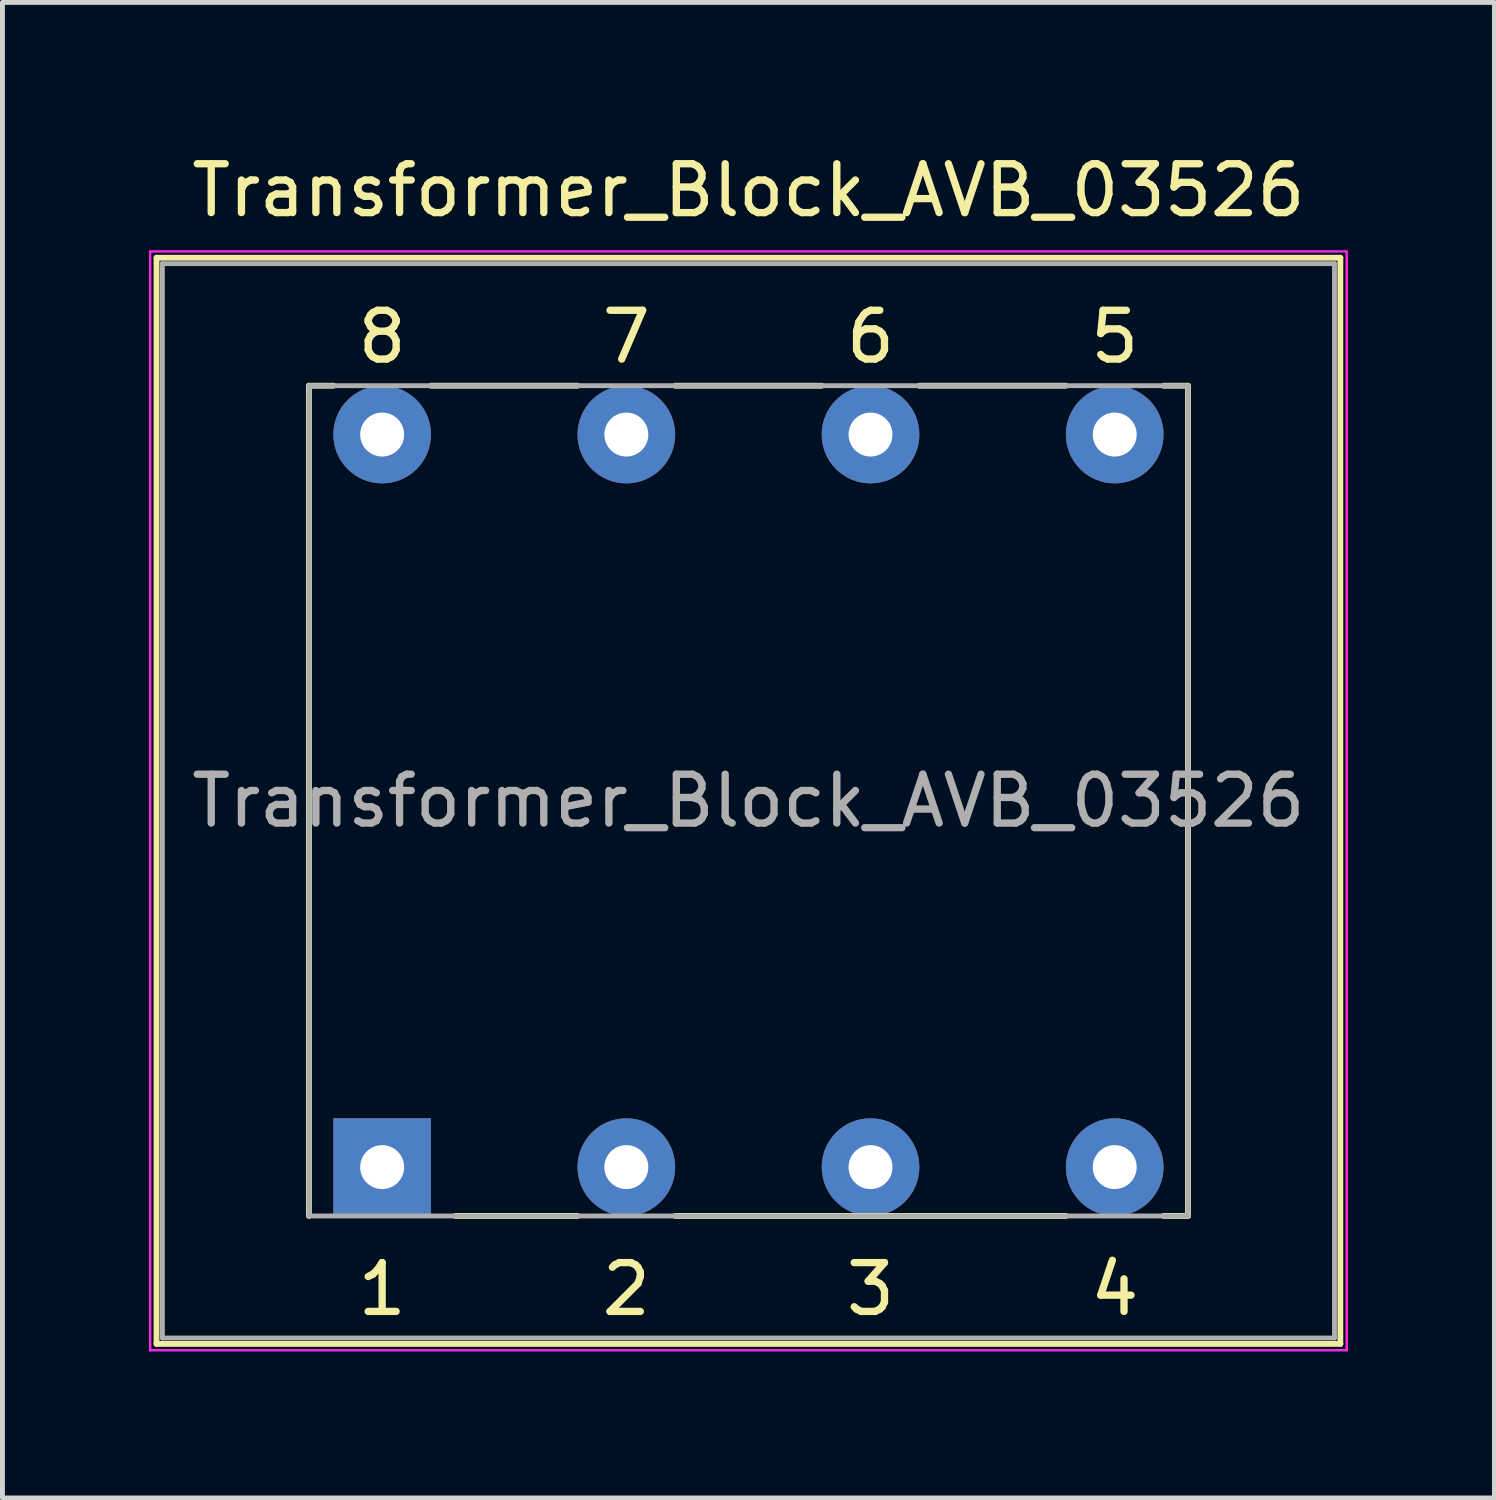
<source format=kicad_pcb>
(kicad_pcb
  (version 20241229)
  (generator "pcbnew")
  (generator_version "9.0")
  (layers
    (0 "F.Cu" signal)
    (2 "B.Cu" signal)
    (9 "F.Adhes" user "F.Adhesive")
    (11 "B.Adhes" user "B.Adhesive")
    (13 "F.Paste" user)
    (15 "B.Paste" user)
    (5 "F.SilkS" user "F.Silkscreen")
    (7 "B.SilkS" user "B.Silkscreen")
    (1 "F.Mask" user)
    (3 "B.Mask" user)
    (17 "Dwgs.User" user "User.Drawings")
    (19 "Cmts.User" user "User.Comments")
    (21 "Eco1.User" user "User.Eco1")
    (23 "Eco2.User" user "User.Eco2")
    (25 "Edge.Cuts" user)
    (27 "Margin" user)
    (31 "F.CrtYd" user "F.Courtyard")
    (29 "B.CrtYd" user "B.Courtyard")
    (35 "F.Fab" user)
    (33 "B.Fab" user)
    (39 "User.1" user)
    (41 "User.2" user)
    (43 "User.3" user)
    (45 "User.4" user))
  (footprint "Transformer_Block_AVB_03526"
    (layer "F.Cu")
    (at 4.775 20.848)
    (property "Reference" "Transformer_Block_AVB_03526" (at 7.5 -20 0) (layer "F.SilkS") (effects (font (size 1 1) (thickness 0.15))))
    (attr through_hole)
    (fp_line (start -4.62 -18.62) (end -4.62 3.62) (stroke (width 0.12) (type solid)) (layer "F.SilkS"))
    (fp_line (start -4.62 -18.62) (end 19.62 -18.62) (stroke (width 0.12) (type solid)) (layer "F.SilkS"))
    (fp_line (start -1.5 1) (end -1.5 -16) (stroke (width 0.12) (type solid)) (layer "F.SilkS"))
    (fp_line (start -1 -16) (end -1.5 -16) (stroke (width 0.12) (type solid)) (layer "F.SilkS"))
    (fp_line (start 1 -16) (end 4 -16) (stroke (width 0.12) (type solid)) (layer "F.SilkS"))
    (fp_line (start 4 1) (end 1.5 1) (stroke (width 0.12) (type solid)) (layer "F.SilkS"))
    (fp_line (start 6 -16) (end 9 -16) (stroke (width 0.12) (type solid)) (layer "F.SilkS"))
    (fp_line (start 6 1) (end 14 1) (stroke (width 0.12) (type solid)) (layer "F.SilkS"))
    (fp_line (start 11 -16) (end 14 -16) (stroke (width 0.12) (type solid)) (layer "F.SilkS"))
    (fp_line (start 16 -16) (end 16.5 -16) (stroke (width 0.12) (type solid)) (layer "F.SilkS"))
    (fp_line (start 16 1) (end 16.5 1) (stroke (width 0.12) (type solid)) (layer "F.SilkS"))
    (fp_line (start 16.5 1) (end 16.5 -16) (stroke (width 0.12) (type solid)) (layer "F.SilkS"))
    (fp_line (start 19.62 3.62) (end -4.62 3.62) (stroke (width 0.12) (type solid)) (layer "F.SilkS"))
    (fp_line (start 19.62 3.62) (end 19.62 -18.62) (stroke (width 0.12) (type solid)) (layer "F.SilkS"))
    (fp_line (start -4.75 -18.75) (end -4.75 3.75) (stroke (width 0.05) (type solid)) (layer "F.CrtYd"))
    (fp_line (start -4.75 -18.75) (end 19.75 -18.75) (stroke (width 0.05) (type solid)) (layer "F.CrtYd"))
    (fp_line (start 19.75 3.75) (end -4.75 3.75) (stroke (width 0.05) (type solid)) (layer "F.CrtYd"))
    (fp_line (start 19.75 3.75) (end 19.75 -18.75) (stroke (width 0.05) (type solid)) (layer "F.CrtYd"))
    (fp_line (start -4.5 -18.5) (end 19.5 -18.5) (stroke (width 0.1) (type solid)) (layer "F.Fab"))
    (fp_line (start -4.5 3.5) (end -4.5 -18.5) (stroke (width 0.1) (type solid)) (layer "F.Fab"))
    (fp_line (start -1.5 -16) (end 16.5 -16) (stroke (width 0.1) (type solid)) (layer "F.Fab"))
    (fp_line (start -1.5 1) (end -1.5 -16) (stroke (width 0.1) (type solid)) (layer "F.Fab"))
    (fp_line (start 16.5 -16) (end 16.5 1) (stroke (width 0.1) (type solid)) (layer "F.Fab"))
    (fp_line (start 16.5 1) (end -1.5 1) (stroke (width 0.1) (type solid)) (layer "F.Fab"))
    (fp_line (start 19.5 -18.5) (end 19.5 3.5) (stroke (width 0.1) (type solid)) (layer "F.Fab"))
    (fp_line (start 19.5 3.5) (end -4.5 3.5) (stroke (width 0.1) (type solid)) (layer "F.Fab"))
    (fp_text user "1" (at 0 2.5 0) (layer "F.SilkS") (effects (font (size 1 1) (thickness 0.15))))
    (fp_text user "6" (at 10 -17 0) (layer "F.SilkS") (effects (font (size 1 1) (thickness 0.15))))
    (fp_text user "7" (at 5 -17 0) (layer "F.SilkS") (effects (font (size 1 1) (thickness 0.15))))
    (fp_text user "4" (at 15 2.5 0) (layer "F.SilkS") (effects (font (size 1 1) (thickness 0.15))))
    (fp_text user "2" (at 5 2.5 0) (layer "F.SilkS") (effects (font (size 1 1) (thickness 0.15))))
    (fp_text user "5" (at 15 -17 0) (layer "F.SilkS") (effects (font (size 1 1) (thickness 0.15))))
    (fp_text user "3" (at 10 2.5 0) (layer "F.SilkS") (effects (font (size 1 1) (thickness 0.15))))
    (fp_text user "8" (at 0 -17 0) (layer "F.SilkS") (effects (font (size 1 1) (thickness 0.15))))
    (fp_text user "${REFERENCE}" (at 7.5 -7.5 0) (layer "F.Fab") (effects (font (size 1 1) (thickness 0.15))))
    (pad "1" thru_hole rect (at 0 0) (size 2 2) (drill 0.9) (layers "*.Cu" "*.Mask"))
    (pad "2" thru_hole circle (at 5 0) (size 2 2) (drill 0.9) (layers "*.Cu" "*.Mask"))
    (pad "3" thru_hole circle (at 10 0) (size 2 2) (drill 0.9) (layers "*.Cu" "*.Mask"))
    (pad "4" thru_hole circle (at 15 0) (size 2 2) (drill 0.9) (layers "*.Cu" "*.Mask"))
    (pad "5" thru_hole circle (at 15 -15) (size 2 2) (drill 0.9) (layers "*.Cu" "*.Mask"))
    (pad "6" thru_hole circle (at 10 -15) (size 2 2) (drill 0.9) (layers "*.Cu" "*.Mask"))
    (pad "7" thru_hole circle (at 5 -15) (size 2 2) (drill 0.9) (layers "*.Cu" "*.Mask"))
    (pad "8" thru_hole circle (at 0 -15) (size 2 2) (drill 0.9) (layers "*.Cu" "*.Mask")))
  (gr_rect
    (start -3 -3)
    (end 27.55 27.623)
    (stroke (width 0.1) (type default))
    (fill no)
    (layer "Edge.Cuts")))
</source>
